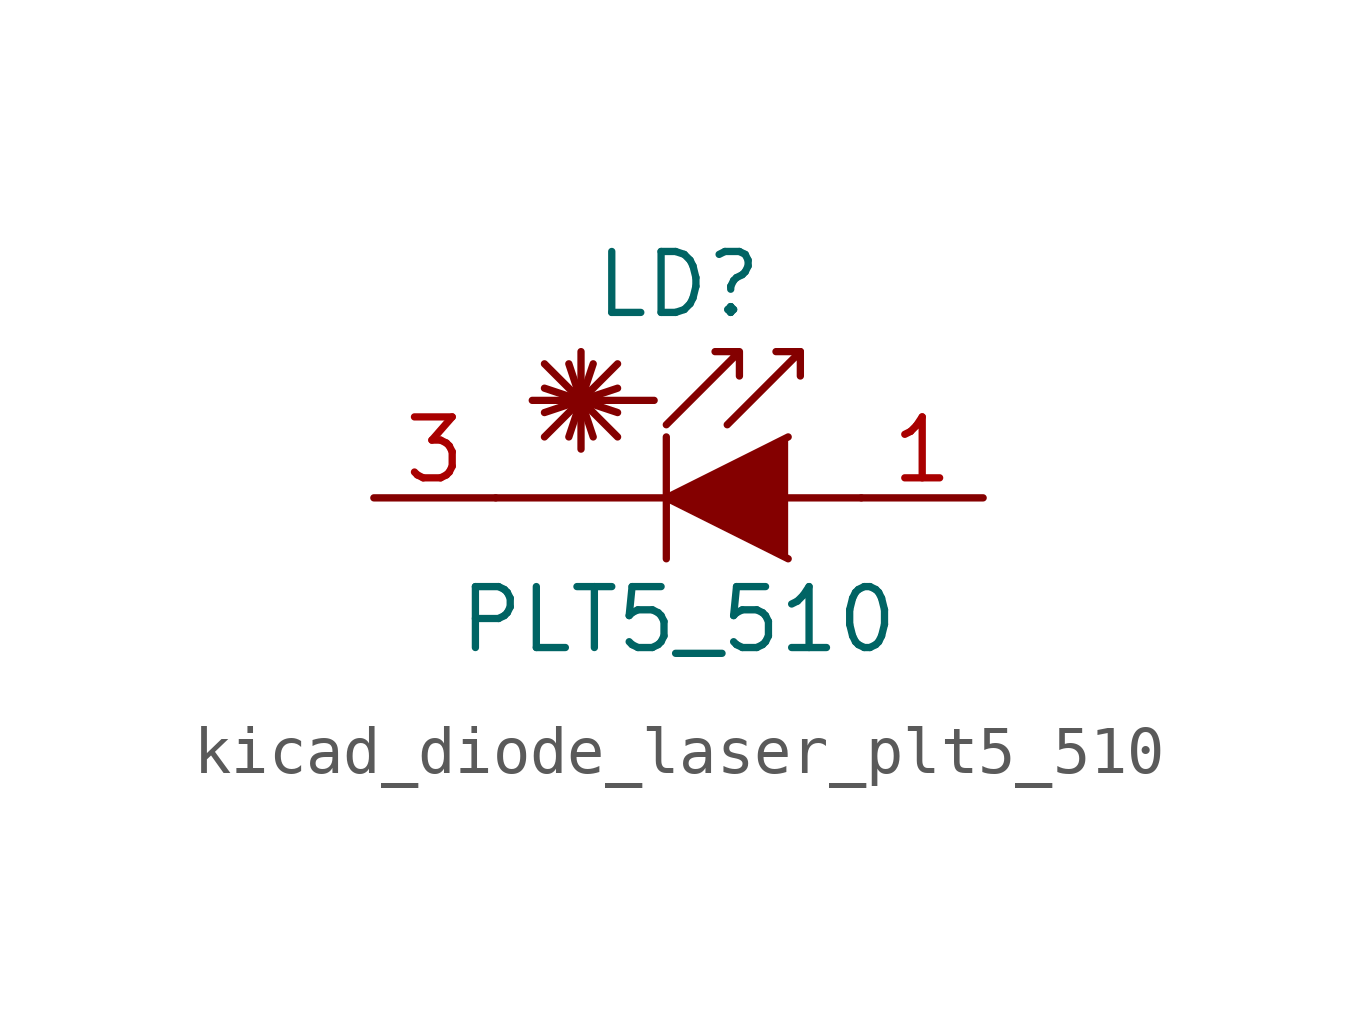
<source format=kicad_sym>
(kicad_symbol_lib
  (version 20220914)
  (generator kicad_symbol_editor)
  (symbol "kicad_diode_laser_plt5_510"
    (pin_names
      (offset 1.016) hide)
    (property "Reference" "LD"
      (at -1.27 4.445 0)
      (effects (font (size 1.27 1.27))))
    (property "Value" "PLT5_510"
      (at -1.27 -2.54 0)
      (effects (font (size 1.27 1.27))))
    (symbol "kicad_diode_laser_plt5_510_0_1"
      (polyline (pts (xy -4.064 1.27) (xy -2.54 2.794)) (stroke (width 0) (type default)) (fill (type none)))
      (polyline (pts (xy -4.064 1.778) (xy -2.54 2.286)) (stroke (width 0) (type default)) (fill (type none)))
      (polyline (pts (xy -4.064 2.286) (xy -2.54 1.778)) (stroke (width 0) (type default)) (fill (type none)))
      (polyline (pts (xy -4.064 2.794) (xy -2.54 1.27)) (stroke (width 0) (type default)) (fill (type none)))
      (polyline (pts (xy -3.556 2.794) (xy -3.048 1.27)) (stroke (width 0) (type default)) (fill (type none)))
      (polyline (pts (xy -3.302 2.032) (xy -3.302 1.016)) (stroke (width 0) (type default)) (fill (type none)))
      (polyline (pts (xy -3.302 2.032) (xy -3.302 3.048)) (stroke (width 0) (type default)) (fill (type none)))
      (polyline (pts (xy -3.048 2.794) (xy -3.556 1.27)) (stroke (width 0) (type default)) (fill (type none)))
      (polyline (pts (xy -1.778 2.032) (xy -4.318 2.032)) (stroke (width 0) (type default)) (fill (type none)))
      (polyline (pts (xy -1.524 1.27) (xy -1.524 -1.27)) (stroke (width 0.152) (type default)) (fill (type none)))
      (polyline (pts (xy 1.27 3.048) (xy 0.762 3.048)) (stroke (width 0) (type default)) (fill (type none)))
      (polyline (pts (xy 2.54 0) (xy -5.08 0)) (stroke (width 0) (type default)) (fill (type none)))
      (polyline (pts (xy -0.254 1.524) (xy 1.27 3.048) (xy 1.27 2.54)) (stroke (width 0) (type default)) (fill (type none)))
      (polyline (pts (xy 1.016 1.27) (xy -1.524 0) (xy 1.016 -1.27)) (stroke (width 0) (type default)) (fill (type outline)))
      (polyline (pts (xy -1.524 1.524) (xy 0 3.048) (xy 0 2.54) (xy 0 3.048) (xy -0.508 3.048)) (stroke (width 0) (type default)) (fill (type none))))
    (symbol "kicad_diode_laser_plt5_510_1_1"
      (pin passive line (at 5.08 0 180) (length 2.54) (name "A" (effects (font (size 1.27 1.27)))) (number "1" (effects (font (size 1.27 1.27)))))
      (pin no_connect line (at -1.27 0 0) (length 2.54) hide (name "NC" (effects (font (size 1.27 1.27)))) (number "2" (effects (font (size 1.27 1.27)))))
      (pin passive line (at -7.62 0 0) (length 2.54) (name "C" (effects (font (size 1.27 1.27)))) (number "3" (effects (font (size 1.27 1.27))))))))
</source>
